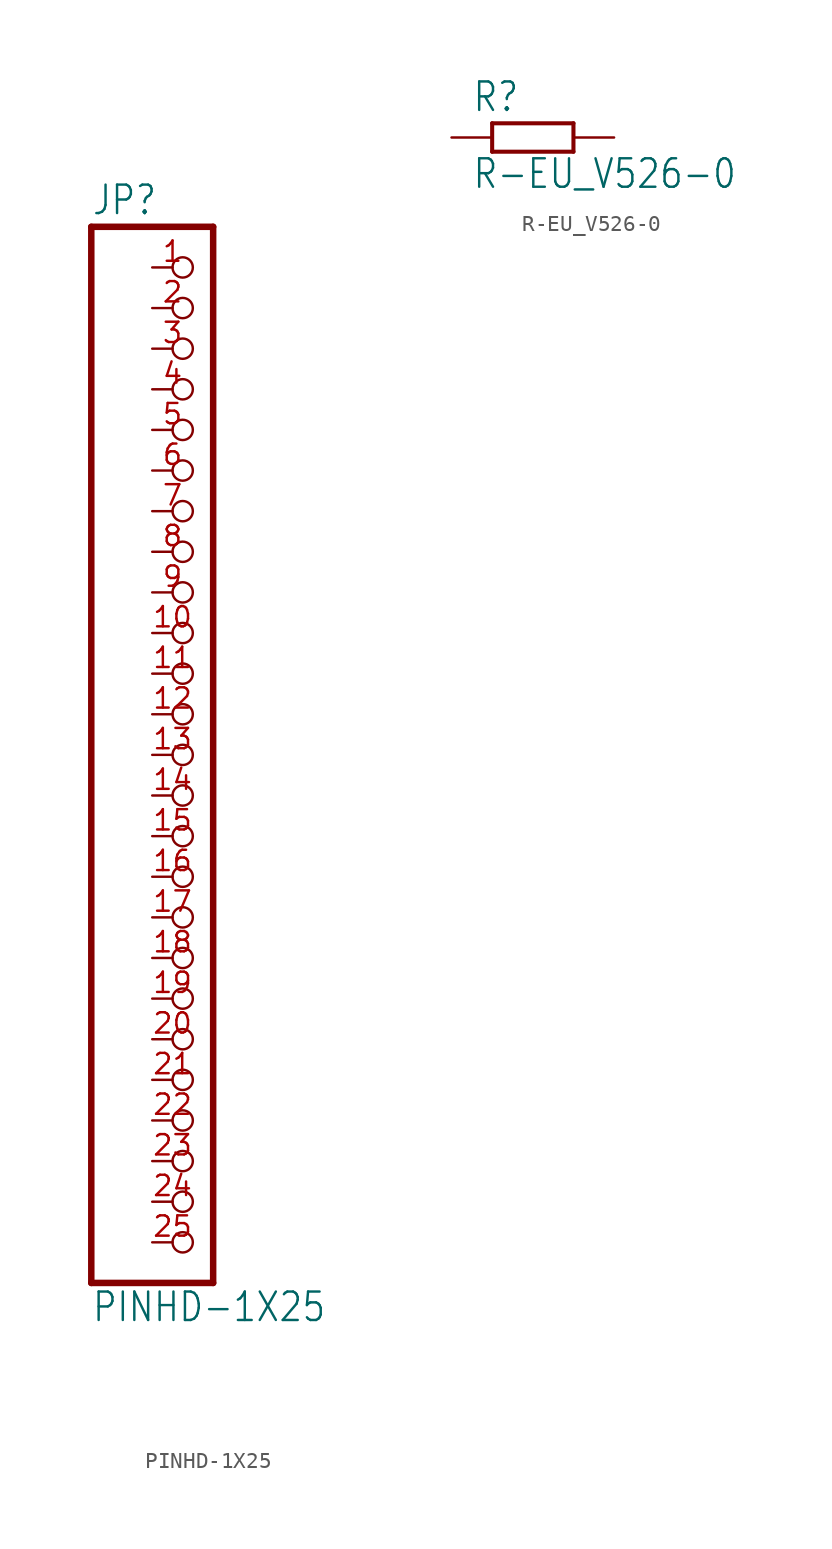
<source format=kicad_sym>
(kicad_symbol_lib
  (version 20211014)
  (generator kicad_symbol_editor)
  (symbol "PINHD-1X25"
    (property "Reference" "JP"
      (at -6.35 33.655 0)
      (effects (font (size 1.778 1.511)) (justify left bottom)))
    (property "Value" "PINHD-1X25"
      (at -6.35 -35.56 0)
      (effects (font (size 1.778 1.511)) (justify left bottom)))
    (property "ki_locked" ""
      (at 0 0 0)
      (effects (font (size 1.27 1.27))))
    (symbol "PINHD-1X25_1_0"
      (polyline (pts (xy -6.35 -33.02) (xy 1.27 -33.02)) (stroke (width 0.406) (type default) (color 0 0 0 0)) (fill (type none)))
      (polyline (pts (xy -6.35 33.02) (xy -6.35 -33.02)) (stroke (width 0.406) (type default) (color 0 0 0 0)) (fill (type none)))
      (polyline (pts (xy 1.27 -33.02) (xy 1.27 33.02)) (stroke (width 0.406) (type default) (color 0 0 0 0)) (fill (type none)))
      (polyline (pts (xy 1.27 33.02) (xy -6.35 33.02)) (stroke (width 0.406) (type default) (color 0 0 0 0)) (fill (type none)))
      (pin passive inverted (at -2.54 30.48 0) (length 2.54) (name "1" (effects (font (size 0 0)))) (number "1" (effects (font (size 1.27 1.27)))))
      (pin passive inverted (at -2.54 7.62 0) (length 2.54) (name "10" (effects (font (size 0 0)))) (number "10" (effects (font (size 1.27 1.27)))))
      (pin passive inverted (at -2.54 5.08 0) (length 2.54) (name "11" (effects (font (size 0 0)))) (number "11" (effects (font (size 1.27 1.27)))))
      (pin passive inverted (at -2.54 2.54 0) (length 2.54) (name "12" (effects (font (size 0 0)))) (number "12" (effects (font (size 1.27 1.27)))))
      (pin passive inverted (at -2.54 0 0) (length 2.54) (name "13" (effects (font (size 0 0)))) (number "13" (effects (font (size 1.27 1.27)))))
      (pin passive inverted (at -2.54 -2.54 0) (length 2.54) (name "14" (effects (font (size 0 0)))) (number "14" (effects (font (size 1.27 1.27)))))
      (pin passive inverted (at -2.54 -5.08 0) (length 2.54) (name "15" (effects (font (size 0 0)))) (number "15" (effects (font (size 1.27 1.27)))))
      (pin passive inverted (at -2.54 -7.62 0) (length 2.54) (name "16" (effects (font (size 0 0)))) (number "16" (effects (font (size 1.27 1.27)))))
      (pin passive inverted (at -2.54 -10.16 0) (length 2.54) (name "17" (effects (font (size 0 0)))) (number "17" (effects (font (size 1.27 1.27)))))
      (pin passive inverted (at -2.54 -12.7 0) (length 2.54) (name "18" (effects (font (size 0 0)))) (number "18" (effects (font (size 1.27 1.27)))))
      (pin passive inverted (at -2.54 -15.24 0) (length 2.54) (name "19" (effects (font (size 0 0)))) (number "19" (effects (font (size 1.27 1.27)))))
      (pin passive inverted (at -2.54 27.94 0) (length 2.54) (name "2" (effects (font (size 0 0)))) (number "2" (effects (font (size 1.27 1.27)))))
      (pin passive inverted (at -2.54 -17.78 0) (length 2.54) (name "20" (effects (font (size 0 0)))) (number "20" (effects (font (size 1.27 1.27)))))
      (pin passive inverted (at -2.54 -20.32 0) (length 2.54) (name "21" (effects (font (size 0 0)))) (number "21" (effects (font (size 1.27 1.27)))))
      (pin passive inverted (at -2.54 -22.86 0) (length 2.54) (name "22" (effects (font (size 0 0)))) (number "22" (effects (font (size 1.27 1.27)))))
      (pin passive inverted (at -2.54 -25.4 0) (length 2.54) (name "23" (effects (font (size 0 0)))) (number "23" (effects (font (size 1.27 1.27)))))
      (pin passive inverted (at -2.54 -27.94 0) (length 2.54) (name "24" (effects (font (size 0 0)))) (number "24" (effects (font (size 1.27 1.27)))))
      (pin passive inverted (at -2.54 -30.48 0) (length 2.54) (name "25" (effects (font (size 0 0)))) (number "25" (effects (font (size 1.27 1.27)))))
      (pin passive inverted (at -2.54 25.4 0) (length 2.54) (name "3" (effects (font (size 0 0)))) (number "3" (effects (font (size 1.27 1.27)))))
      (pin passive inverted (at -2.54 22.86 0) (length 2.54) (name "4" (effects (font (size 0 0)))) (number "4" (effects (font (size 1.27 1.27)))))
      (pin passive inverted (at -2.54 20.32 0) (length 2.54) (name "5" (effects (font (size 0 0)))) (number "5" (effects (font (size 1.27 1.27)))))
      (pin passive inverted (at -2.54 17.78 0) (length 2.54) (name "6" (effects (font (size 0 0)))) (number "6" (effects (font (size 1.27 1.27)))))
      (pin passive inverted (at -2.54 15.24 0) (length 2.54) (name "7" (effects (font (size 0 0)))) (number "7" (effects (font (size 1.27 1.27)))))
      (pin passive inverted (at -2.54 12.7 0) (length 2.54) (name "8" (effects (font (size 0 0)))) (number "8" (effects (font (size 1.27 1.27)))))
      (pin passive inverted (at -2.54 10.16 0) (length 2.54) (name "9" (effects (font (size 0 0)))) (number "9" (effects (font (size 1.27 1.27)))))))
  (symbol "R-EU_V526-0"
    (property "Reference" "R"
      (at -3.81 1.499 0)
      (effects (font (size 1.778 1.511)) (justify left bottom)))
    (property "Value" "R-EU_V526-0"
      (at -3.81 -3.302 0)
      (effects (font (size 1.778 1.511)) (justify left bottom)))
    (property "ki_locked" ""
      (at 0 0 0)
      (effects (font (size 1.27 1.27))))
    (symbol "R-EU_V526-0_1_0"
      (polyline (pts (xy -2.54 -0.889) (xy -2.54 0.889)) (stroke (width 0.254) (type default) (color 0 0 0 0)) (fill (type none)))
      (polyline (pts (xy -2.54 -0.889) (xy 2.54 -0.889)) (stroke (width 0.254) (type default) (color 0 0 0 0)) (fill (type none)))
      (polyline (pts (xy 2.54 -0.889) (xy 2.54 0.889)) (stroke (width 0.254) (type default) (color 0 0 0 0)) (fill (type none)))
      (polyline (pts (xy 2.54 0.889) (xy -2.54 0.889)) (stroke (width 0.254) (type default) (color 0 0 0 0)) (fill (type none)))
      (pin passive line (at -5.08 0 0) (length 2.54) (name "1" (effects (font (size 0 0)))) (number "1" (effects (font (size 0 0)))))
      (pin passive line (at 5.08 0 180) (length 2.54) (name "2" (effects (font (size 0 0)))) (number "2" (effects (font (size 0 0))))))))
</source>
